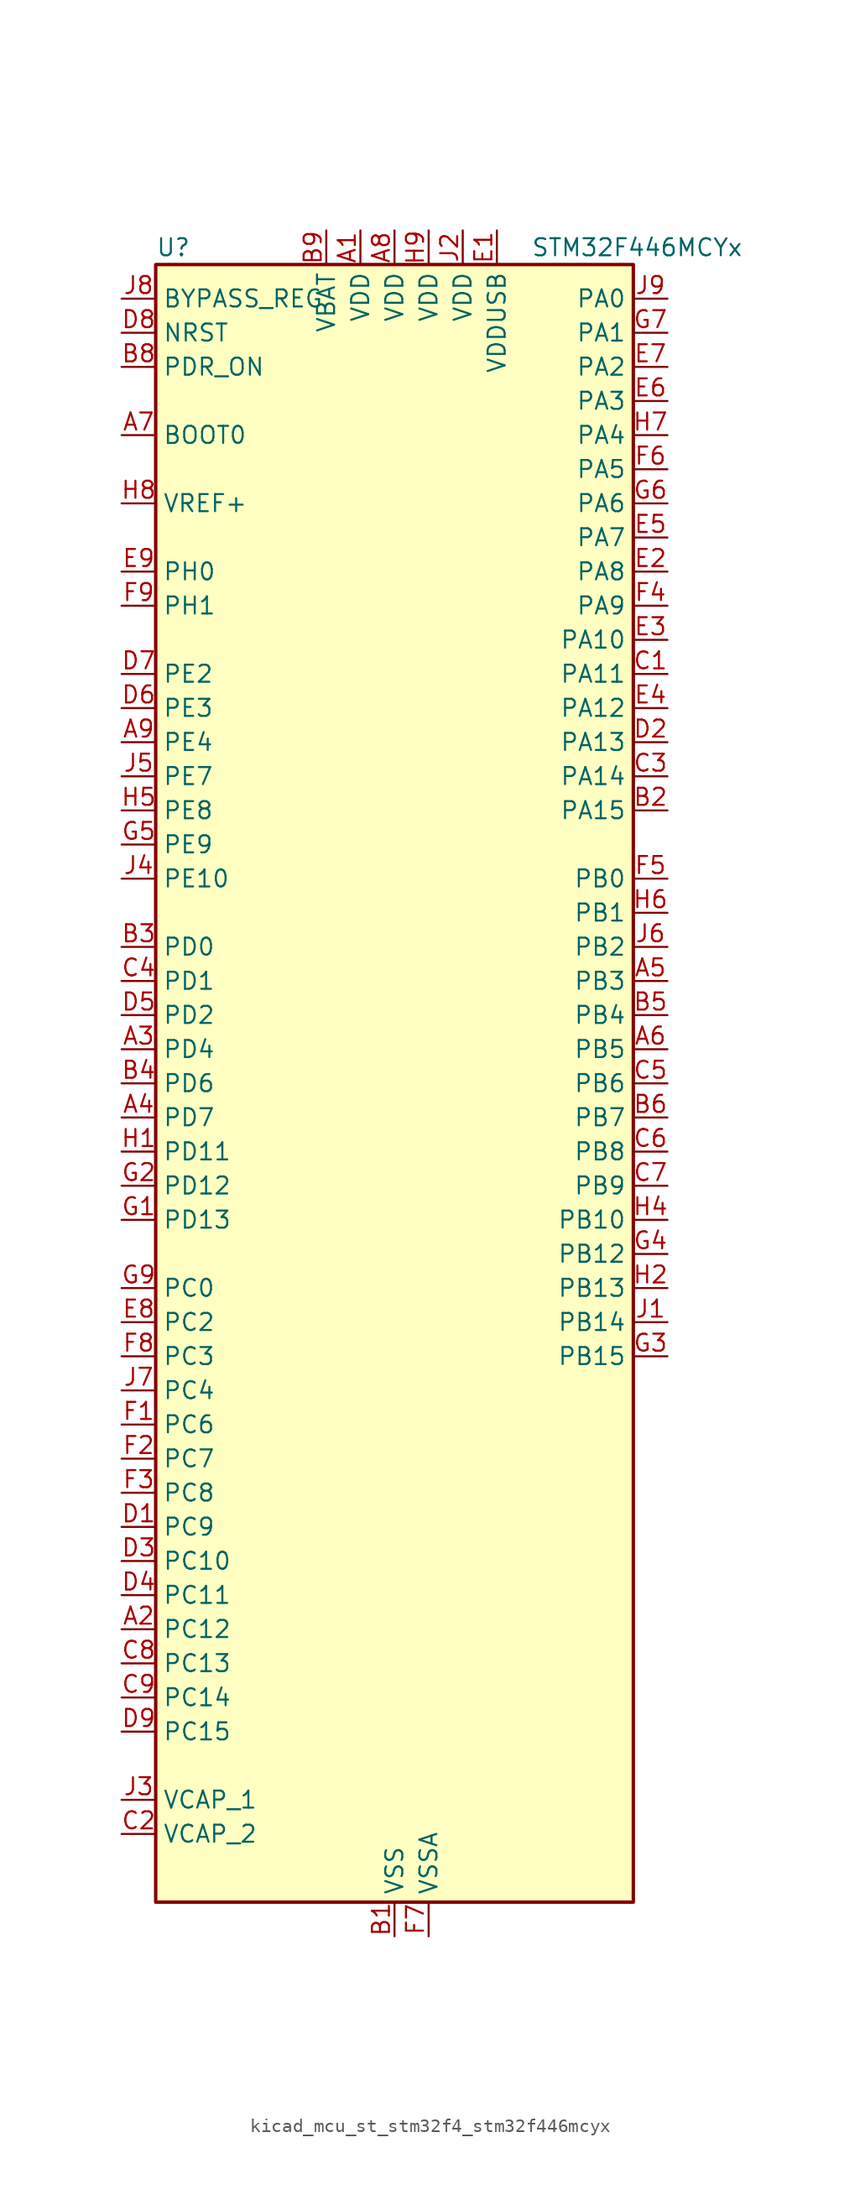
<source format=kicad_sym>
(kicad_symbol_lib
  (version 20220914)
  (generator kicad_symbol_editor)
  (symbol "kicad_mcu_st_stm32f4_stm32f446mcyx"
    (property "Reference" "U"
      (at -17.78 62.23 0)
      (effects (font (size 1.27 1.27)) (justify left)))
    (property "Value" "STM32F446MCYx"
      (at 10.16 62.23 0)
      (effects (font (size 1.27 1.27)) (justify left)))
    (property "ki_locked" ""
      (at 0 0 0)
      (effects (font (size 1.27 1.27))))
    (symbol "kicad_mcu_st_stm32f4_stm32f446mcyx_0_1"
      (rectangle (start -17.78 -60.96) (end 17.78 60.96) (stroke (width 0.254) (type default)) (fill (type background))))
    (symbol "kicad_mcu_st_stm32f4_stm32f446mcyx_1_1"
      (pin power_in line (at -2.54 63.5 270) (length 2.54) (name "VDD" (effects (font (size 1.27 1.27)))) (number "A1" (effects (font (size 1.27 1.27)))))
      (pin bidirectional line (at -20.32 -40.64 0) (length 2.54) (name "PC12" (effects (font (size 1.27 1.27)))) (number "A2" (effects (font (size 1.27 1.27)))) (alternate "DCMI_D9" bidirectional line) (alternate "I2C2_SDA" bidirectional line) (alternate "I2S3_SD" bidirectional line) (alternate "SDIO_CK" bidirectional line) (alternate "SPI3_MOSI" bidirectional line) (alternate "UART5_TX" bidirectional line) (alternate "USART3_CK" bidirectional line))
      (pin bidirectional line (at -20.32 2.54 0) (length 2.54) (name "PD4" (effects (font (size 1.27 1.27)))) (number "A3" (effects (font (size 1.27 1.27)))) (alternate "USART2_RTS" bidirectional line))
      (pin bidirectional line (at -20.32 -2.54 0) (length 2.54) (name "PD7" (effects (font (size 1.27 1.27)))) (number "A4" (effects (font (size 1.27 1.27)))) (alternate "SPDIFRX_IN0" bidirectional line) (alternate "USART2_CK" bidirectional line))
      (pin bidirectional line (at 20.32 7.62 180) (length 2.54) (name "PB3" (effects (font (size 1.27 1.27)))) (number "A5" (effects (font (size 1.27 1.27)))) (alternate "I2C2_SDA" bidirectional line) (alternate "I2S1_CK" bidirectional line) (alternate "I2S3_CK" bidirectional line) (alternate "SPI1_SCK" bidirectional line) (alternate "SPI3_SCK" bidirectional line) (alternate "SYS_JTDO-SWO" bidirectional line) (alternate "TIM2_CH2" bidirectional line))
      (pin bidirectional line (at 20.32 2.54 180) (length 2.54) (name "PB5" (effects (font (size 1.27 1.27)))) (number "A6" (effects (font (size 1.27 1.27)))) (alternate "CAN2_RX" bidirectional line) (alternate "DCMI_D10" bidirectional line) (alternate "I2C1_SMBA" bidirectional line) (alternate "I2S1_SD" bidirectional line) (alternate "I2S3_SD" bidirectional line) (alternate "SPI1_MOSI" bidirectional line) (alternate "SPI3_MOSI" bidirectional line) (alternate "TIM3_CH2" bidirectional line) (alternate "USB_OTG_HS_ULPI_D7" bidirectional line))
      (pin input line (at -20.32 48.26 0) (length 2.54) (name "BOOT0" (effects (font (size 1.27 1.27)))) (number "A7" (effects (font (size 1.27 1.27)))))
      (pin power_in line (at 0 63.5 270) (length 2.54) (name "VDD" (effects (font (size 1.27 1.27)))) (number "A8" (effects (font (size 1.27 1.27)))))
      (pin bidirectional line (at -20.32 25.4 0) (length 2.54) (name "PE4" (effects (font (size 1.27 1.27)))) (number "A9" (effects (font (size 1.27 1.27)))) (alternate "DCMI_D4" bidirectional line) (alternate "SAI1_FS_A" bidirectional line) (alternate "SPI4_NSS" bidirectional line) (alternate "SYS_TRACED1" bidirectional line))
      (pin power_in line (at 0 -63.5 90) (length 2.54) (name "VSS" (effects (font (size 1.27 1.27)))) (number "B1" (effects (font (size 1.27 1.27)))))
      (pin bidirectional line (at 20.32 20.32 180) (length 2.54) (name "PA15" (effects (font (size 1.27 1.27)))) (number "B2" (effects (font (size 1.27 1.27)))) (alternate "ADC1_EXTI15" bidirectional line) (alternate "ADC2_EXTI15" bidirectional line) (alternate "ADC3_EXTI15" bidirectional line) (alternate "CEC" bidirectional line) (alternate "I2S1_WS" bidirectional line) (alternate "I2S3_WS" bidirectional line) (alternate "SPI1_NSS" bidirectional line) (alternate "SPI3_NSS" bidirectional line) (alternate "SYS_JTDI" bidirectional line) (alternate "TIM2_CH1" bidirectional line) (alternate "TIM2_ETR" bidirectional line) (alternate "UART4_RTS" bidirectional line))
      (pin bidirectional line (at -20.32 10.16 0) (length 2.54) (name "PD0" (effects (font (size 1.27 1.27)))) (number "B3" (effects (font (size 1.27 1.27)))) (alternate "CAN1_RX" bidirectional line) (alternate "I2S3_SD" bidirectional line) (alternate "SPI3_MOSI" bidirectional line) (alternate "SPI4_MISO" bidirectional line))
      (pin bidirectional line (at -20.32 0 0) (length 2.54) (name "PD6" (effects (font (size 1.27 1.27)))) (number "B4" (effects (font (size 1.27 1.27)))) (alternate "DCMI_D10" bidirectional line) (alternate "I2S3_SD" bidirectional line) (alternate "SAI1_SD_A" bidirectional line) (alternate "SPI3_MOSI" bidirectional line) (alternate "USART2_RX" bidirectional line))
      (pin bidirectional line (at 20.32 5.08 180) (length 2.54) (name "PB4" (effects (font (size 1.27 1.27)))) (number "B5" (effects (font (size 1.27 1.27)))) (alternate "I2C3_SDA" bidirectional line) (alternate "I2S2_WS" bidirectional line) (alternate "SPI1_MISO" bidirectional line) (alternate "SPI2_NSS" bidirectional line) (alternate "SPI3_MISO" bidirectional line) (alternate "SYS_JTRST" bidirectional line) (alternate "TIM3_CH1" bidirectional line))
      (pin bidirectional line (at 20.32 -2.54 180) (length 2.54) (name "PB7" (effects (font (size 1.27 1.27)))) (number "B6" (effects (font (size 1.27 1.27)))) (alternate "DCMI_VSYNC" bidirectional line) (alternate "I2C1_SDA" bidirectional line) (alternate "SPDIFRX_IN0" bidirectional line) (alternate "TIM4_CH2" bidirectional line) (alternate "USART1_RX" bidirectional line))
      (pin passive line (at 0 -63.5 90) (length 2.54) hide (name "VSS" (effects (font (size 1.27 1.27)))) (number "B7" (effects (font (size 1.27 1.27)))))
      (pin input line (at -20.32 53.34 0) (length 2.54) (name "PDR_ON" (effects (font (size 1.27 1.27)))) (number "B8" (effects (font (size 1.27 1.27)))))
      (pin power_in line (at -5.08 63.5 270) (length 2.54) (name "VBAT" (effects (font (size 1.27 1.27)))) (number "B9" (effects (font (size 1.27 1.27)))))
      (pin bidirectional line (at 20.32 30.48 180) (length 2.54) (name "PA11" (effects (font (size 1.27 1.27)))) (number "C1" (effects (font (size 1.27 1.27)))) (alternate "ADC1_EXTI11" bidirectional line) (alternate "ADC2_EXTI11" bidirectional line) (alternate "ADC3_EXTI11" bidirectional line) (alternate "CAN1_RX" bidirectional line) (alternate "TIM1_CH4" bidirectional line) (alternate "USART1_CTS" bidirectional line) (alternate "USB_OTG_FS_DM" bidirectional line))
      (pin power_out line (at -20.32 -55.88 0) (length 2.54) (name "VCAP_2" (effects (font (size 1.27 1.27)))) (number "C2" (effects (font (size 1.27 1.27)))))
      (pin bidirectional line (at 20.32 22.86 180) (length 2.54) (name "PA14" (effects (font (size 1.27 1.27)))) (number "C3" (effects (font (size 1.27 1.27)))) (alternate "SYS_JTCK-SWCLK" bidirectional line))
      (pin bidirectional line (at -20.32 7.62 0) (length 2.54) (name "PD1" (effects (font (size 1.27 1.27)))) (number "C4" (effects (font (size 1.27 1.27)))) (alternate "CAN1_TX" bidirectional line) (alternate "I2S2_WS" bidirectional line) (alternate "SPI2_NSS" bidirectional line))
      (pin bidirectional line (at 20.32 0 180) (length 2.54) (name "PB6" (effects (font (size 1.27 1.27)))) (number "C5" (effects (font (size 1.27 1.27)))) (alternate "CAN2_TX" bidirectional line) (alternate "CEC" bidirectional line) (alternate "DCMI_D5" bidirectional line) (alternate "I2C1_SCL" bidirectional line) (alternate "QUADSPI_BK1_NCS" bidirectional line) (alternate "TIM4_CH1" bidirectional line) (alternate "USART1_TX" bidirectional line))
      (pin bidirectional line (at 20.32 -5.08 180) (length 2.54) (name "PB8" (effects (font (size 1.27 1.27)))) (number "C6" (effects (font (size 1.27 1.27)))) (alternate "CAN1_RX" bidirectional line) (alternate "DCMI_D6" bidirectional line) (alternate "I2C1_SCL" bidirectional line) (alternate "SDIO_D4" bidirectional line) (alternate "TIM10_CH1" bidirectional line) (alternate "TIM2_CH1" bidirectional line) (alternate "TIM2_ETR" bidirectional line) (alternate "TIM4_CH3" bidirectional line))
      (pin bidirectional line (at 20.32 -7.62 180) (length 2.54) (name "PB9" (effects (font (size 1.27 1.27)))) (number "C7" (effects (font (size 1.27 1.27)))) (alternate "CAN1_TX" bidirectional line) (alternate "DAC_EXTI9" bidirectional line) (alternate "DCMI_D7" bidirectional line) (alternate "I2C1_SDA" bidirectional line) (alternate "I2S2_WS" bidirectional line) (alternate "SAI1_FS_B" bidirectional line) (alternate "SDIO_D5" bidirectional line) (alternate "SPI2_NSS" bidirectional line) (alternate "TIM11_CH1" bidirectional line) (alternate "TIM2_CH2" bidirectional line) (alternate "TIM4_CH4" bidirectional line))
      (pin bidirectional line (at -20.32 -43.18 0) (length 2.54) (name "PC13" (effects (font (size 1.27 1.27)))) (number "C8" (effects (font (size 1.27 1.27)))) (alternate "RTC_AF1" bidirectional line) (alternate "SYS_WKUP1" bidirectional line))
      (pin bidirectional line (at -20.32 -45.72 0) (length 2.54) (name "PC14" (effects (font (size 1.27 1.27)))) (number "C9" (effects (font (size 1.27 1.27)))) (alternate "RCC_OSC32_IN" bidirectional line))
      (pin bidirectional line (at -20.32 -33.02 0) (length 2.54) (name "PC9" (effects (font (size 1.27 1.27)))) (number "D1" (effects (font (size 1.27 1.27)))) (alternate "DAC_EXTI9" bidirectional line) (alternate "DCMI_D3" bidirectional line) (alternate "I2C3_SDA" bidirectional line) (alternate "I2S_CKIN" bidirectional line) (alternate "QUADSPI_BK1_IO0" bidirectional line) (alternate "RCC_MCO_2" bidirectional line) (alternate "SDIO_D1" bidirectional line) (alternate "TIM3_CH4" bidirectional line) (alternate "TIM8_CH4" bidirectional line) (alternate "UART5_CTS" bidirectional line))
      (pin bidirectional line (at 20.32 25.4 180) (length 2.54) (name "PA13" (effects (font (size 1.27 1.27)))) (number "D2" (effects (font (size 1.27 1.27)))) (alternate "SYS_JTMS-SWDIO" bidirectional line))
      (pin bidirectional line (at -20.32 -35.56 0) (length 2.54) (name "PC10" (effects (font (size 1.27 1.27)))) (number "D3" (effects (font (size 1.27 1.27)))) (alternate "DCMI_D8" bidirectional line) (alternate "I2S3_CK" bidirectional line) (alternate "QUADSPI_BK1_IO1" bidirectional line) (alternate "SDIO_D2" bidirectional line) (alternate "SPI3_SCK" bidirectional line) (alternate "UART4_TX" bidirectional line) (alternate "USART3_TX" bidirectional line))
      (pin bidirectional line (at -20.32 -38.1 0) (length 2.54) (name "PC11" (effects (font (size 1.27 1.27)))) (number "D4" (effects (font (size 1.27 1.27)))) (alternate "ADC1_EXTI11" bidirectional line) (alternate "ADC2_EXTI11" bidirectional line) (alternate "ADC3_EXTI11" bidirectional line) (alternate "DCMI_D4" bidirectional line) (alternate "QUADSPI_BK2_NCS" bidirectional line) (alternate "SDIO_D3" bidirectional line) (alternate "SPI3_MISO" bidirectional line) (alternate "UART4_RX" bidirectional line) (alternate "USART3_RX" bidirectional line))
      (pin bidirectional line (at -20.32 5.08 0) (length 2.54) (name "PD2" (effects (font (size 1.27 1.27)))) (number "D5" (effects (font (size 1.27 1.27)))) (alternate "DCMI_D11" bidirectional line) (alternate "SDIO_CMD" bidirectional line) (alternate "TIM3_ETR" bidirectional line) (alternate "UART5_RX" bidirectional line))
      (pin bidirectional line (at -20.32 27.94 0) (length 2.54) (name "PE3" (effects (font (size 1.27 1.27)))) (number "D6" (effects (font (size 1.27 1.27)))) (alternate "SAI1_SD_B" bidirectional line) (alternate "SYS_TRACED0" bidirectional line))
      (pin bidirectional line (at -20.32 30.48 0) (length 2.54) (name "PE2" (effects (font (size 1.27 1.27)))) (number "D7" (effects (font (size 1.27 1.27)))) (alternate "QUADSPI_BK1_IO2" bidirectional line) (alternate "SAI1_MCLK_A" bidirectional line) (alternate "SPI4_SCK" bidirectional line) (alternate "SYS_TRACECLK" bidirectional line))
      (pin input line (at -20.32 55.88 0) (length 2.54) (name "NRST" (effects (font (size 1.27 1.27)))) (number "D8" (effects (font (size 1.27 1.27)))))
      (pin bidirectional line (at -20.32 -48.26 0) (length 2.54) (name "PC15" (effects (font (size 1.27 1.27)))) (number "D9" (effects (font (size 1.27 1.27)))) (alternate "ADC1_EXTI15" bidirectional line) (alternate "ADC2_EXTI15" bidirectional line) (alternate "ADC3_EXTI15" bidirectional line) (alternate "RCC_OSC32_OUT" bidirectional line))
      (pin power_in line (at 7.62 63.5 270) (length 2.54) (name "VDDUSB" (effects (font (size 1.27 1.27)))) (number "E1" (effects (font (size 1.27 1.27)))))
      (pin bidirectional line (at 20.32 38.1 180) (length 2.54) (name "PA8" (effects (font (size 1.27 1.27)))) (number "E2" (effects (font (size 1.27 1.27)))) (alternate "I2C3_SCL" bidirectional line) (alternate "RCC_MCO_1" bidirectional line) (alternate "TIM1_CH1" bidirectional line) (alternate "USART1_CK" bidirectional line) (alternate "USB_OTG_FS_SOF" bidirectional line))
      (pin bidirectional line (at 20.32 33.02 180) (length 2.54) (name "PA10" (effects (font (size 1.27 1.27)))) (number "E3" (effects (font (size 1.27 1.27)))) (alternate "DCMI_D1" bidirectional line) (alternate "TIM1_CH3" bidirectional line) (alternate "USART1_RX" bidirectional line) (alternate "USB_OTG_FS_ID" bidirectional line))
      (pin bidirectional line (at 20.32 27.94 180) (length 2.54) (name "PA12" (effects (font (size 1.27 1.27)))) (number "E4" (effects (font (size 1.27 1.27)))) (alternate "CAN1_TX" bidirectional line) (alternate "SAI2_FS_B" bidirectional line) (alternate "TIM1_ETR" bidirectional line) (alternate "USART1_RTS" bidirectional line) (alternate "USB_OTG_FS_DP" bidirectional line))
      (pin bidirectional line (at 20.32 40.64 180) (length 2.54) (name "PA7" (effects (font (size 1.27 1.27)))) (number "E5" (effects (font (size 1.27 1.27)))) (alternate "ADC1_IN7" bidirectional line) (alternate "ADC2_IN7" bidirectional line) (alternate "I2S1_SD" bidirectional line) (alternate "SPI1_MOSI" bidirectional line) (alternate "TIM14_CH1" bidirectional line) (alternate "TIM1_CH1N" bidirectional line) (alternate "TIM3_CH2" bidirectional line) (alternate "TIM8_CH1N" bidirectional line))
      (pin bidirectional line (at 20.32 50.8 180) (length 2.54) (name "PA3" (effects (font (size 1.27 1.27)))) (number "E6" (effects (font (size 1.27 1.27)))) (alternate "ADC1_IN3" bidirectional line) (alternate "ADC2_IN3" bidirectional line) (alternate "ADC3_IN3" bidirectional line) (alternate "SAI1_FS_A" bidirectional line) (alternate "TIM2_CH4" bidirectional line) (alternate "TIM5_CH4" bidirectional line) (alternate "TIM9_CH2" bidirectional line) (alternate "USART2_RX" bidirectional line) (alternate "USB_OTG_HS_ULPI_D0" bidirectional line))
      (pin bidirectional line (at 20.32 53.34 180) (length 2.54) (name "PA2" (effects (font (size 1.27 1.27)))) (number "E7" (effects (font (size 1.27 1.27)))) (alternate "ADC1_IN2" bidirectional line) (alternate "ADC2_IN2" bidirectional line) (alternate "ADC3_IN2" bidirectional line) (alternate "SAI2_SCK_B" bidirectional line) (alternate "TIM2_CH3" bidirectional line) (alternate "TIM5_CH3" bidirectional line) (alternate "TIM9_CH1" bidirectional line) (alternate "USART2_TX" bidirectional line))
      (pin bidirectional line (at -20.32 -17.78 0) (length 2.54) (name "PC2" (effects (font (size 1.27 1.27)))) (number "E8" (effects (font (size 1.27 1.27)))) (alternate "ADC1_IN12" bidirectional line) (alternate "ADC2_IN12" bidirectional line) (alternate "ADC3_IN12" bidirectional line) (alternate "SPI2_MISO" bidirectional line) (alternate "USB_OTG_HS_ULPI_DIR" bidirectional line))
      (pin bidirectional line (at -20.32 38.1 0) (length 2.54) (name "PH0" (effects (font (size 1.27 1.27)))) (number "E9" (effects (font (size 1.27 1.27)))) (alternate "RCC_OSC_IN" bidirectional line))
      (pin bidirectional line (at -20.32 -25.4 0) (length 2.54) (name "PC6" (effects (font (size 1.27 1.27)))) (number "F1" (effects (font (size 1.27 1.27)))) (alternate "DCMI_D0" bidirectional line) (alternate "FMPI2C1_SCL" bidirectional line) (alternate "I2S2_MCK" bidirectional line) (alternate "SDIO_D6" bidirectional line) (alternate "TIM3_CH1" bidirectional line) (alternate "TIM8_CH1" bidirectional line) (alternate "USART6_TX" bidirectional line))
      (pin bidirectional line (at -20.32 -27.94 0) (length 2.54) (name "PC7" (effects (font (size 1.27 1.27)))) (number "F2" (effects (font (size 1.27 1.27)))) (alternate "DCMI_D1" bidirectional line) (alternate "FMPI2C1_SDA" bidirectional line) (alternate "I2S2_CK" bidirectional line) (alternate "I2S3_MCK" bidirectional line) (alternate "SDIO_D7" bidirectional line) (alternate "SPDIFRX_IN1" bidirectional line) (alternate "SPI2_SCK" bidirectional line) (alternate "TIM3_CH2" bidirectional line) (alternate "TIM8_CH2" bidirectional line) (alternate "USART6_RX" bidirectional line))
      (pin bidirectional line (at -20.32 -30.48 0) (length 2.54) (name "PC8" (effects (font (size 1.27 1.27)))) (number "F3" (effects (font (size 1.27 1.27)))) (alternate "DCMI_D2" bidirectional line) (alternate "SDIO_D0" bidirectional line) (alternate "SYS_TRACED0" bidirectional line) (alternate "TIM3_CH3" bidirectional line) (alternate "TIM8_CH3" bidirectional line) (alternate "UART5_RTS" bidirectional line) (alternate "USART6_CK" bidirectional line))
      (pin bidirectional line (at 20.32 35.56 180) (length 2.54) (name "PA9" (effects (font (size 1.27 1.27)))) (number "F4" (effects (font (size 1.27 1.27)))) (alternate "DAC_EXTI9" bidirectional line) (alternate "DCMI_D0" bidirectional line) (alternate "I2C3_SMBA" bidirectional line) (alternate "I2S2_CK" bidirectional line) (alternate "SAI1_SD_B" bidirectional line) (alternate "SPI2_SCK" bidirectional line) (alternate "TIM1_CH2" bidirectional line) (alternate "USART1_TX" bidirectional line) (alternate "USB_OTG_FS_VBUS" bidirectional line))
      (pin bidirectional line (at 20.32 15.24 180) (length 2.54) (name "PB0" (effects (font (size 1.27 1.27)))) (number "F5" (effects (font (size 1.27 1.27)))) (alternate "ADC1_IN8" bidirectional line) (alternate "ADC2_IN8" bidirectional line) (alternate "I2S3_SD" bidirectional line) (alternate "SDIO_D1" bidirectional line) (alternate "SPI3_MOSI" bidirectional line) (alternate "TIM1_CH2N" bidirectional line) (alternate "TIM3_CH3" bidirectional line) (alternate "TIM8_CH2N" bidirectional line) (alternate "UART4_CTS" bidirectional line) (alternate "USB_OTG_HS_ULPI_D1" bidirectional line))
      (pin bidirectional line (at 20.32 45.72 180) (length 2.54) (name "PA5" (effects (font (size 1.27 1.27)))) (number "F6" (effects (font (size 1.27 1.27)))) (alternate "ADC1_IN5" bidirectional line) (alternate "ADC2_IN5" bidirectional line) (alternate "DAC_OUT2" bidirectional line) (alternate "I2S1_CK" bidirectional line) (alternate "SPI1_SCK" bidirectional line) (alternate "TIM2_CH1" bidirectional line) (alternate "TIM2_ETR" bidirectional line) (alternate "TIM8_CH1N" bidirectional line) (alternate "USB_OTG_HS_ULPI_CK" bidirectional line))
      (pin power_in line (at 2.54 -63.5 90) (length 2.54) (name "VSSA" (effects (font (size 1.27 1.27)))) (number "F7" (effects (font (size 1.27 1.27)))))
      (pin bidirectional line (at -20.32 -20.32 0) (length 2.54) (name "PC3" (effects (font (size 1.27 1.27)))) (number "F8" (effects (font (size 1.27 1.27)))) (alternate "ADC1_IN13" bidirectional line) (alternate "ADC2_IN13" bidirectional line) (alternate "ADC3_IN13" bidirectional line) (alternate "I2S2_SD" bidirectional line) (alternate "SPI2_MOSI" bidirectional line) (alternate "USB_OTG_HS_ULPI_NXT" bidirectional line))
      (pin bidirectional line (at -20.32 35.56 0) (length 2.54) (name "PH1" (effects (font (size 1.27 1.27)))) (number "F9" (effects (font (size 1.27 1.27)))) (alternate "RCC_OSC_OUT" bidirectional line))
      (pin bidirectional line (at -20.32 -10.16 0) (length 2.54) (name "PD13" (effects (font (size 1.27 1.27)))) (number "G1" (effects (font (size 1.27 1.27)))) (alternate "FMPI2C1_SDA" bidirectional line) (alternate "QUADSPI_BK1_IO3" bidirectional line) (alternate "SAI2_SCK_A" bidirectional line) (alternate "TIM4_CH2" bidirectional line))
      (pin bidirectional line (at -20.32 -7.62 0) (length 2.54) (name "PD12" (effects (font (size 1.27 1.27)))) (number "G2" (effects (font (size 1.27 1.27)))) (alternate "FMPI2C1_SCL" bidirectional line) (alternate "QUADSPI_BK1_IO1" bidirectional line) (alternate "SAI2_FS_A" bidirectional line) (alternate "TIM4_CH1" bidirectional line) (alternate "USART3_RTS" bidirectional line))
      (pin bidirectional line (at 20.32 -20.32 180) (length 2.54) (name "PB15" (effects (font (size 1.27 1.27)))) (number "G3" (effects (font (size 1.27 1.27)))) (alternate "ADC1_EXTI15" bidirectional line) (alternate "ADC2_EXTI15" bidirectional line) (alternate "ADC3_EXTI15" bidirectional line) (alternate "I2S2_SD" bidirectional line) (alternate "RTC_REFIN" bidirectional line) (alternate "SPI2_MOSI" bidirectional line) (alternate "TIM12_CH2" bidirectional line) (alternate "TIM1_CH3N" bidirectional line) (alternate "TIM8_CH3N" bidirectional line) (alternate "USB_OTG_HS_DP" bidirectional line))
      (pin bidirectional line (at 20.32 -12.7 180) (length 2.54) (name "PB12" (effects (font (size 1.27 1.27)))) (number "G4" (effects (font (size 1.27 1.27)))) (alternate "CAN2_RX" bidirectional line) (alternate "I2C2_SMBA" bidirectional line) (alternate "I2S2_WS" bidirectional line) (alternate "SAI1_SCK_B" bidirectional line) (alternate "SPI2_NSS" bidirectional line) (alternate "TIM1_BKIN" bidirectional line) (alternate "USART3_CK" bidirectional line) (alternate "USB_OTG_HS_ID" bidirectional line) (alternate "USB_OTG_HS_ULPI_D5" bidirectional line))
      (pin bidirectional line (at -20.32 17.78 0) (length 2.54) (name "PE9" (effects (font (size 1.27 1.27)))) (number "G5" (effects (font (size 1.27 1.27)))) (alternate "DAC_EXTI9" bidirectional line) (alternate "QUADSPI_BK2_IO2" bidirectional line) (alternate "TIM1_CH1" bidirectional line))
      (pin bidirectional line (at 20.32 43.18 180) (length 2.54) (name "PA6" (effects (font (size 1.27 1.27)))) (number "G6" (effects (font (size 1.27 1.27)))) (alternate "ADC1_IN6" bidirectional line) (alternate "ADC2_IN6" bidirectional line) (alternate "DCMI_PIXCLK" bidirectional line) (alternate "I2S2_MCK" bidirectional line) (alternate "SPI1_MISO" bidirectional line) (alternate "TIM13_CH1" bidirectional line) (alternate "TIM1_BKIN" bidirectional line) (alternate "TIM3_CH1" bidirectional line) (alternate "TIM8_BKIN" bidirectional line))
      (pin bidirectional line (at 20.32 55.88 180) (length 2.54) (name "PA1" (effects (font (size 1.27 1.27)))) (number "G7" (effects (font (size 1.27 1.27)))) (alternate "ADC1_IN1" bidirectional line) (alternate "ADC2_IN1" bidirectional line) (alternate "ADC3_IN1" bidirectional line) (alternate "QUADSPI_BK1_IO3" bidirectional line) (alternate "SAI2_MCLK_B" bidirectional line) (alternate "TIM2_CH2" bidirectional line) (alternate "TIM5_CH2" bidirectional line) (alternate "UART4_RX" bidirectional line) (alternate "USART2_RTS" bidirectional line))
      (pin passive line (at 0 -63.5 90) (length 2.54) hide (name "VSS" (effects (font (size 1.27 1.27)))) (number "G8" (effects (font (size 1.27 1.27)))))
      (pin bidirectional line (at -20.32 -15.24 0) (length 2.54) (name "PC0" (effects (font (size 1.27 1.27)))) (number "G9" (effects (font (size 1.27 1.27)))) (alternate "ADC1_IN10" bidirectional line) (alternate "ADC2_IN10" bidirectional line) (alternate "ADC3_IN10" bidirectional line) (alternate "SAI1_MCLK_B" bidirectional line) (alternate "USB_OTG_HS_ULPI_STP" bidirectional line))
      (pin bidirectional line (at -20.32 -5.08 0) (length 2.54) (name "PD11" (effects (font (size 1.27 1.27)))) (number "H1" (effects (font (size 1.27 1.27)))) (alternate "ADC1_EXTI11" bidirectional line) (alternate "ADC2_EXTI11" bidirectional line) (alternate "ADC3_EXTI11" bidirectional line) (alternate "FMPI2C1_SMBA" bidirectional line) (alternate "QUADSPI_BK1_IO0" bidirectional line) (alternate "SAI2_SD_A" bidirectional line) (alternate "USART3_CTS" bidirectional line))
      (pin bidirectional line (at 20.32 -15.24 180) (length 2.54) (name "PB13" (effects (font (size 1.27 1.27)))) (number "H2" (effects (font (size 1.27 1.27)))) (alternate "CAN2_TX" bidirectional line) (alternate "I2S2_CK" bidirectional line) (alternate "SPI2_SCK" bidirectional line) (alternate "TIM1_CH1N" bidirectional line) (alternate "USART3_CTS" bidirectional line) (alternate "USB_OTG_HS_ULPI_D6" bidirectional line) (alternate "USB_OTG_HS_VBUS" bidirectional line))
      (pin passive line (at 0 -63.5 90) (length 2.54) hide (name "VSS" (effects (font (size 1.27 1.27)))) (number "H3" (effects (font (size 1.27 1.27)))))
      (pin bidirectional line (at 20.32 -10.16 180) (length 2.54) (name "PB10" (effects (font (size 1.27 1.27)))) (number "H4" (effects (font (size 1.27 1.27)))) (alternate "I2C2_SCL" bidirectional line) (alternate "I2S2_CK" bidirectional line) (alternate "SAI1_SCK_A" bidirectional line) (alternate "SPI2_SCK" bidirectional line) (alternate "TIM2_CH3" bidirectional line) (alternate "USART3_TX" bidirectional line) (alternate "USB_OTG_HS_ULPI_D3" bidirectional line))
      (pin bidirectional line (at -20.32 20.32 0) (length 2.54) (name "PE8" (effects (font (size 1.27 1.27)))) (number "H5" (effects (font (size 1.27 1.27)))) (alternate "QUADSPI_BK2_IO1" bidirectional line) (alternate "TIM1_CH1N" bidirectional line) (alternate "UART5_TX" bidirectional line))
      (pin bidirectional line (at 20.32 12.7 180) (length 2.54) (name "PB1" (effects (font (size 1.27 1.27)))) (number "H6" (effects (font (size 1.27 1.27)))) (alternate "ADC1_IN9" bidirectional line) (alternate "ADC2_IN9" bidirectional line) (alternate "SDIO_D2" bidirectional line) (alternate "TIM1_CH3N" bidirectional line) (alternate "TIM3_CH4" bidirectional line) (alternate "TIM8_CH3N" bidirectional line) (alternate "USB_OTG_HS_ULPI_D2" bidirectional line))
      (pin bidirectional line (at 20.32 48.26 180) (length 2.54) (name "PA4" (effects (font (size 1.27 1.27)))) (number "H7" (effects (font (size 1.27 1.27)))) (alternate "ADC1_IN4" bidirectional line) (alternate "ADC2_IN4" bidirectional line) (alternate "DAC_OUT1" bidirectional line) (alternate "DCMI_HSYNC" bidirectional line) (alternate "I2S1_WS" bidirectional line) (alternate "I2S3_WS" bidirectional line) (alternate "SPI1_NSS" bidirectional line) (alternate "SPI3_NSS" bidirectional line) (alternate "USART2_CK" bidirectional line) (alternate "USB_OTG_HS_SOF" bidirectional line))
      (pin input line (at -20.32 43.18 0) (length 2.54) (name "VREF+" (effects (font (size 1.27 1.27)))) (number "H8" (effects (font (size 1.27 1.27)))))
      (pin power_in line (at 2.54 63.5 270) (length 2.54) (name "VDD" (effects (font (size 1.27 1.27)))) (number "H9" (effects (font (size 1.27 1.27)))))
      (pin bidirectional line (at 20.32 -17.78 180) (length 2.54) (name "PB14" (effects (font (size 1.27 1.27)))) (number "J1" (effects (font (size 1.27 1.27)))) (alternate "SPI2_MISO" bidirectional line) (alternate "TIM12_CH1" bidirectional line) (alternate "TIM1_CH2N" bidirectional line) (alternate "TIM8_CH2N" bidirectional line) (alternate "USART3_RTS" bidirectional line) (alternate "USB_OTG_HS_DM" bidirectional line))
      (pin power_in line (at 5.08 63.5 270) (length 2.54) (name "VDD" (effects (font (size 1.27 1.27)))) (number "J2" (effects (font (size 1.27 1.27)))))
      (pin power_out line (at -20.32 -53.34 0) (length 2.54) (name "VCAP_1" (effects (font (size 1.27 1.27)))) (number "J3" (effects (font (size 1.27 1.27)))))
      (pin bidirectional line (at -20.32 15.24 0) (length 2.54) (name "PE10" (effects (font (size 1.27 1.27)))) (number "J4" (effects (font (size 1.27 1.27)))) (alternate "QUADSPI_BK2_IO3" bidirectional line) (alternate "TIM1_CH2N" bidirectional line))
      (pin bidirectional line (at -20.32 22.86 0) (length 2.54) (name "PE7" (effects (font (size 1.27 1.27)))) (number "J5" (effects (font (size 1.27 1.27)))) (alternate "QUADSPI_BK2_IO0" bidirectional line) (alternate "TIM1_ETR" bidirectional line) (alternate "UART5_RX" bidirectional line))
      (pin bidirectional line (at 20.32 10.16 180) (length 2.54) (name "PB2" (effects (font (size 1.27 1.27)))) (number "J6" (effects (font (size 1.27 1.27)))) (alternate "I2S3_SD" bidirectional line) (alternate "QUADSPI_CLK" bidirectional line) (alternate "SAI1_SD_A" bidirectional line) (alternate "SDIO_CK" bidirectional line) (alternate "SPI3_MOSI" bidirectional line) (alternate "TIM2_CH4" bidirectional line) (alternate "USB_OTG_HS_ULPI_D4" bidirectional line))
      (pin bidirectional line (at -20.32 -22.86 0) (length 2.54) (name "PC4" (effects (font (size 1.27 1.27)))) (number "J7" (effects (font (size 1.27 1.27)))) (alternate "ADC1_IN14" bidirectional line) (alternate "ADC2_IN14" bidirectional line) (alternate "I2S1_MCK" bidirectional line) (alternate "SPDIFRX_IN2" bidirectional line))
      (pin input line (at -20.32 58.42 0) (length 2.54) (name "BYPASS_REG" (effects (font (size 1.27 1.27)))) (number "J8" (effects (font (size 1.27 1.27)))))
      (pin bidirectional line (at 20.32 58.42 180) (length 2.54) (name "PA0" (effects (font (size 1.27 1.27)))) (number "J9" (effects (font (size 1.27 1.27)))) (alternate "ADC1_IN0" bidirectional line) (alternate "ADC2_IN0" bidirectional line) (alternate "ADC3_IN0" bidirectional line) (alternate "RTC_AF2" bidirectional line) (alternate "SYS_WKUP0" bidirectional line) (alternate "TIM2_CH1" bidirectional line) (alternate "TIM2_ETR" bidirectional line) (alternate "TIM5_CH1" bidirectional line) (alternate "TIM8_ETR" bidirectional line) (alternate "UART4_TX" bidirectional line) (alternate "USART2_CTS" bidirectional line)))))
</source>
